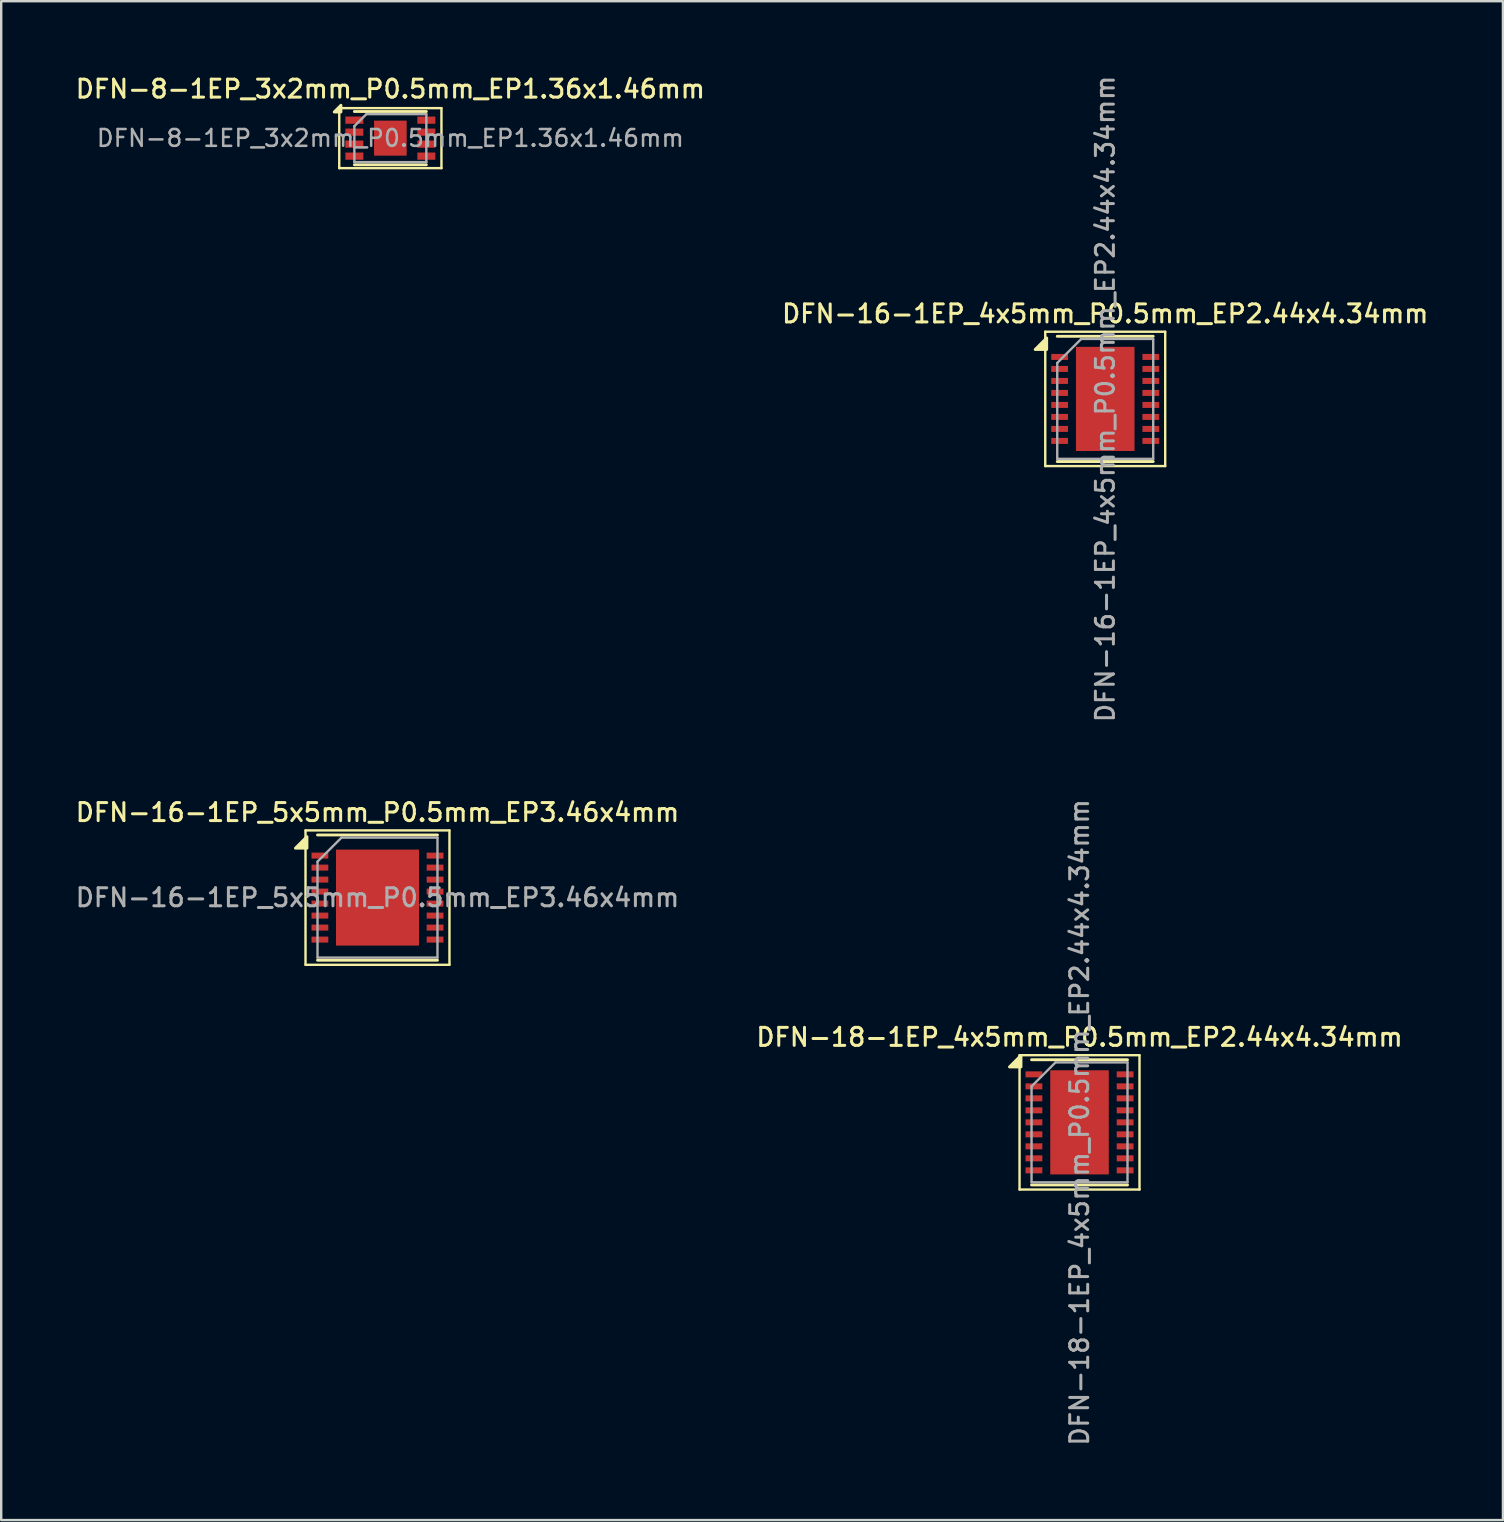
<source format=kicad_pcb>
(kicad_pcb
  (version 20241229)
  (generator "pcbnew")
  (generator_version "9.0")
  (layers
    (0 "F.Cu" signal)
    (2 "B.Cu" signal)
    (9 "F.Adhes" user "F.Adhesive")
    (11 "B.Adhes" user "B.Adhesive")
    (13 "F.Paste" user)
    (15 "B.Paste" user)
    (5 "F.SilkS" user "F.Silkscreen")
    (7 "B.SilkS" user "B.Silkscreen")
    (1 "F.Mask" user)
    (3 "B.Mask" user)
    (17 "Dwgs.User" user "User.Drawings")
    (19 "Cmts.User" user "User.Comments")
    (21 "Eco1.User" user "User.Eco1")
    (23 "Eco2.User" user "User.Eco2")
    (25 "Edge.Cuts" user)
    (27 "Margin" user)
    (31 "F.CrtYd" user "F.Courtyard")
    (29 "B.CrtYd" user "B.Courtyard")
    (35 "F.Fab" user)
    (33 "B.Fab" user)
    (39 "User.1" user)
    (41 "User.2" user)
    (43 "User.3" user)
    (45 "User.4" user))
  (footprint "DFN-16-1EP_4x5mm_P0.5mm_EP2.44x4.34mm"
    (layer "F.Cu")
    (at 43.016 13.577)
    (property "Reference" "DFN-16-1EP_4x5mm_P0.5mm_EP2.44x4.34mm" (at 0 -3.55 0) (layer "F.SilkS") (effects (font (size 0.75 0.75) (thickness 0.125))))
    (attr smd)
    (fp_line (start -2.5 -2.8) (end -2.5 2.8) (stroke (width 0.1) (type solid)) (layer "F.SilkS"))
    (fp_line (start -2.5 -2.8) (end 2.5 -2.8) (stroke (width 0.1) (type solid)) (layer "F.SilkS"))
    (fp_line (start -2.5 2.8) (end 2.5 2.8) (stroke (width 0.1) (type solid)) (layer "F.SilkS"))
    (fp_line (start -2 -2.61) (end 2 -2.61) (stroke (width 0.12) (type solid)) (layer "F.SilkS"))
    (fp_line (start -2 2.61) (end 2 2.61) (stroke (width 0.12) (type solid)) (layer "F.SilkS"))
    (fp_line (start 2.5 -2.8) (end 2.5 2.8) (stroke (width 0.1) (type solid)) (layer "F.SilkS"))
    (fp_poly (pts (xy -2.44 -2.06) (xy -2.92 -2.06) (xy -2.44 -2.54) (xy -2.44 -2.06)) (stroke (width 0.12) (type solid)) (fill yes) (layer "F.SilkS"))
    (fp_line (start -2 -1.5) (end -1 -2.5) (stroke (width 0.1) (type solid)) (layer "F.Fab"))
    (fp_line (start -2 2.5) (end -2 -1.5) (stroke (width 0.1) (type solid)) (layer "F.Fab"))
    (fp_line (start -1 -2.5) (end 2 -2.5) (stroke (width 0.1) (type solid)) (layer "F.Fab"))
    (fp_line (start 2 -2.5) (end 2 2.5) (stroke (width 0.1) (type solid)) (layer "F.Fab"))
    (fp_line (start 2 2.5) (end -2 2.5) (stroke (width 0.1) (type solid)) (layer "F.Fab"))
    (fp_text user "${REFERENCE}" (at 0 0 90) (layer "F.Fab") (effects (font (size 0.75 0.75) (thickness 0.125))))
    (pad "" smd rect (at -0.61 -1.627) (size 1 0.86) (layers "F.Paste"))
    (pad "" smd rect (at -0.61 -0.542) (size 1 0.86) (layers "F.Paste"))
    (pad "" smd rect (at -0.61 0.542) (size 1 0.86) (layers "F.Paste"))
    (pad "" smd rect (at -0.61 1.627) (size 1 0.86) (layers "F.Paste"))
    (pad "" smd rect (at 0.61 -1.627) (size 1 0.86) (layers "F.Paste"))
    (pad "" smd rect (at 0.61 -0.542) (size 1 0.86) (layers "F.Paste"))
    (pad "" smd rect (at 0.61 0.542) (size 1 0.86) (layers "F.Paste"))
    (pad "" smd rect (at 0.61 1.627) (size 1 0.86) (layers "F.Paste"))
    (pad "1" smd rect (at -1.9 -1.75) (size 0.7 0.25) (layers "F.Cu" "F.Mask" "F.Paste"))
    (pad "2" smd rect (at -1.9 -1.25) (size 0.7 0.25) (layers "F.Cu" "F.Mask" "F.Paste"))
    (pad "3" smd rect (at -1.9 -0.75) (size 0.7 0.25) (layers "F.Cu" "F.Mask" "F.Paste"))
    (pad "4" smd rect (at -1.9 -0.25) (size 0.7 0.25) (layers "F.Cu" "F.Mask" "F.Paste"))
    (pad "5" smd rect (at -1.9 0.25) (size 0.7 0.25) (layers "F.Cu" "F.Mask" "F.Paste"))
    (pad "6" smd rect (at -1.9 0.75) (size 0.7 0.25) (layers "F.Cu" "F.Mask" "F.Paste"))
    (pad "7" smd rect (at -1.9 1.25) (size 0.7 0.25) (layers "F.Cu" "F.Mask" "F.Paste"))
    (pad "8" smd rect (at -1.9 1.75) (size 0.7 0.25) (layers "F.Cu" "F.Mask" "F.Paste"))
    (pad "9" smd rect (at 1.9 1.75) (size 0.7 0.25) (layers "F.Cu" "F.Mask" "F.Paste"))
    (pad "10" smd rect (at 1.9 1.25) (size 0.7 0.25) (layers "F.Cu" "F.Mask" "F.Paste"))
    (pad "11" smd rect (at 1.9 0.75) (size 0.7 0.25) (layers "F.Cu" "F.Mask" "F.Paste"))
    (pad "12" smd rect (at 1.9 0.25) (size 0.7 0.25) (layers "F.Cu" "F.Mask" "F.Paste"))
    (pad "13" smd rect (at 1.9 -0.25) (size 0.7 0.25) (layers "F.Cu" "F.Mask" "F.Paste"))
    (pad "14" smd rect (at 1.9 -0.75) (size 0.7 0.25) (layers "F.Cu" "F.Mask" "F.Paste"))
    (pad "15" smd rect (at 1.9 -1.25) (size 0.7 0.25) (layers "F.Cu" "F.Mask" "F.Paste"))
    (pad "16" smd rect (at 1.9 -1.75) (size 0.7 0.25) (layers "F.Cu" "F.Mask" "F.Paste"))
    (pad "17" smd rect (at 0 0) (size 2.44 4.34) (layers "F.Cu" "F.Mask")))
  (footprint "DFN-8-1EP_3x2mm_P0.5mm_EP1.36x1.46mm"
    (layer "F.Cu")
    (at 13.22 2.708)
    (property "Reference" "DFN-8-1EP_3x2mm_P0.5mm_EP1.36x1.46mm" (at 0 -2.05 0) (layer "F.SilkS") (effects (font (size 0.75 0.75) (thickness 0.125))))
    (attr smd)
    (fp_line (start -2.13 -1.25) (end -2.13 1.25) (stroke (width 0.1) (type solid)) (layer "F.SilkS"))
    (fp_line (start -2.13 -1.25) (end 2.13 -1.25) (stroke (width 0.1) (type solid)) (layer "F.SilkS"))
    (fp_line (start -2.13 1.25) (end 2.13 1.25) (stroke (width 0.1) (type solid)) (layer "F.SilkS"))
    (fp_line (start -1.5 -1.11) (end 1.5 -1.11) (stroke (width 0.12) (type solid)) (layer "F.SilkS"))
    (fp_line (start -1.5 1.11) (end 1.5 1.11) (stroke (width 0.12) (type solid)) (layer "F.SilkS"))
    (fp_line (start 2.13 -1.25) (end 2.13 1.25) (stroke (width 0.1) (type solid)) (layer "F.SilkS"))
    (fp_poly (pts (xy -2.06 -1.09) (xy -2.34 -1.09) (xy -2.06 -1.37) (xy -2.06 -1.09)) (stroke (width 0.12) (type solid)) (fill yes) (layer "F.SilkS"))
    (fp_line (start -1.5 -0.5) (end -1 -1) (stroke (width 0.1) (type solid)) (layer "F.Fab"))
    (fp_line (start -1.5 1) (end -1.5 -0.5) (stroke (width 0.1) (type solid)) (layer "F.Fab"))
    (fp_line (start -1 -1) (end 1.5 -1) (stroke (width 0.1) (type solid)) (layer "F.Fab"))
    (fp_line (start 1.5 -1) (end 1.5 1) (stroke (width 0.1) (type solid)) (layer "F.Fab"))
    (fp_line (start 1.5 1) (end -1.5 1) (stroke (width 0.1) (type solid)) (layer "F.Fab"))
    (fp_text user "${REFERENCE}" (at 0 0 0) (layer "F.Fab") (effects (font (size 0.7 0.7) (thickness 0.105))))
    (pad "" smd rect (at -0.325 -0.375) (size 0.5 0.6) (layers "F.Paste"))
    (pad "" smd rect (at -0.325 0.375) (size 0.5 0.6) (layers "F.Paste"))
    (pad "" smd rect (at 0.325 -0.375) (size 0.5 0.6) (layers "F.Paste"))
    (pad "" smd rect (at 0.325 0.375) (size 0.5 0.6) (layers "F.Paste"))
    (pad "1" smd rect (at -1.5 -0.75) (size 0.75 0.3) (layers "F.Cu" "F.Mask" "F.Paste"))
    (pad "2" smd rect (at -1.5 -0.25) (size 0.75 0.3) (layers "F.Cu" "F.Mask" "F.Paste"))
    (pad "3" smd rect (at -1.5 0.25) (size 0.75 0.3) (layers "F.Cu" "F.Mask" "F.Paste"))
    (pad "4" smd rect (at -1.5 0.75) (size 0.75 0.3) (layers "F.Cu" "F.Mask" "F.Paste"))
    (pad "5" smd rect (at 1.5 0.75) (size 0.75 0.3) (layers "F.Cu" "F.Mask" "F.Paste"))
    (pad "6" smd rect (at 1.5 0.25) (size 0.75 0.3) (layers "F.Cu" "F.Mask" "F.Paste"))
    (pad "7" smd rect (at 1.5 -0.25) (size 0.75 0.3) (layers "F.Cu" "F.Mask" "F.Paste"))
    (pad "8" smd rect (at 1.5 -0.75) (size 0.75 0.3) (layers "F.Cu" "F.Mask" "F.Paste"))
    (pad "9" smd rect (at 0 0) (size 1.36 1.46) (layers "F.Cu" "F.Mask")))
  (footprint "DFN-16-1EP_5x5mm_P0.5mm_EP3.46x4mm"
    (layer "F.Cu")
    (at 12.684 34.362)
    (property "Reference" "DFN-16-1EP_5x5mm_P0.5mm_EP3.46x4mm" (at 0 -3.55 0) (layer "F.SilkS") (effects (font (size 0.75 0.75) (thickness 0.125))))
    (attr smd)
    (fp_line (start -3 -2.8) (end -3 2.8) (stroke (width 0.1) (type solid)) (layer "F.SilkS"))
    (fp_line (start -3 -2.8) (end 3 -2.8) (stroke (width 0.1) (type solid)) (layer "F.SilkS"))
    (fp_line (start -3 2.8) (end 3 2.8) (stroke (width 0.1) (type solid)) (layer "F.SilkS"))
    (fp_line (start -2.5 -2.61) (end 2.5 -2.61) (stroke (width 0.12) (type solid)) (layer "F.SilkS"))
    (fp_line (start -2.5 2.61) (end 2.5 2.61) (stroke (width 0.12) (type solid)) (layer "F.SilkS"))
    (fp_line (start 3 -2.8) (end 3 2.8) (stroke (width 0.1) (type solid)) (layer "F.SilkS"))
    (fp_poly (pts (xy -2.94 -2.06) (xy -3.42 -2.06) (xy -2.94 -2.54) (xy -2.94 -2.06)) (stroke (width 0.12) (type solid)) (fill yes) (layer "F.SilkS"))
    (fp_line (start -2.5 -1.5) (end -1.5 -2.5) (stroke (width 0.1) (type solid)) (layer "F.Fab"))
    (fp_line (start -2.5 2.5) (end -2.5 -1.5) (stroke (width 0.1) (type solid)) (layer "F.Fab"))
    (fp_line (start -1.5 -2.5) (end 2.5 -2.5) (stroke (width 0.1) (type solid)) (layer "F.Fab"))
    (fp_line (start 2.5 -2.5) (end 2.5 2.5) (stroke (width 0.1) (type solid)) (layer "F.Fab"))
    (fp_line (start 2.5 2.5) (end -2.5 2.5) (stroke (width 0.1) (type solid)) (layer "F.Fab"))
    (fp_text user "${REFERENCE}" (at 0 0 0) (layer "F.Fab") (effects (font (size 0.75 0.75) (thickness 0.125))))
    (pad "" smd rect (at -1.154 -1.34) (size 0.9 1.1) (layers "F.Paste"))
    (pad "" smd rect (at -1.154 0) (size 0.9 1.1) (layers "F.Paste"))
    (pad "" smd rect (at -1.154 1.34) (size 0.9 1.1) (layers "F.Paste"))
    (pad "" smd rect (at 0 -1.34) (size 0.9 1.1) (layers "F.Paste"))
    (pad "" smd rect (at 0 0) (size 0.9 1.1) (layers "F.Paste"))
    (pad "" smd rect (at 0 1.34) (size 0.9 1.1) (layers "F.Paste"))
    (pad "" smd rect (at 1.154 -1.34) (size 0.9 1.1) (layers "F.Paste"))
    (pad "" smd rect (at 1.154 0) (size 0.9 1.1) (layers "F.Paste"))
    (pad "" smd rect (at 1.154 1.34) (size 0.9 1.1) (layers "F.Paste"))
    (pad "1" smd rect (at -2.4 -1.75) (size 0.7 0.25) (layers "F.Cu" "F.Mask" "F.Paste"))
    (pad "2" smd rect (at -2.4 -1.25) (size 0.7 0.25) (layers "F.Cu" "F.Mask" "F.Paste"))
    (pad "3" smd rect (at -2.4 -0.75) (size 0.7 0.25) (layers "F.Cu" "F.Mask" "F.Paste"))
    (pad "4" smd rect (at -2.4 -0.25) (size 0.7 0.25) (layers "F.Cu" "F.Mask" "F.Paste"))
    (pad "5" smd rect (at -2.4 0.25) (size 0.7 0.25) (layers "F.Cu" "F.Mask" "F.Paste"))
    (pad "6" smd rect (at -2.4 0.75) (size 0.7 0.25) (layers "F.Cu" "F.Mask" "F.Paste"))
    (pad "7" smd rect (at -2.4 1.25) (size 0.7 0.25) (layers "F.Cu" "F.Mask" "F.Paste"))
    (pad "8" smd rect (at -2.4 1.75) (size 0.7 0.25) (layers "F.Cu" "F.Mask" "F.Paste"))
    (pad "9" smd rect (at 2.4 1.75) (size 0.7 0.25) (layers "F.Cu" "F.Mask" "F.Paste"))
    (pad "10" smd rect (at 2.4 1.25) (size 0.7 0.25) (layers "F.Cu" "F.Mask" "F.Paste"))
    (pad "11" smd rect (at 2.4 0.75) (size 0.7 0.25) (layers "F.Cu" "F.Mask" "F.Paste"))
    (pad "12" smd rect (at 2.4 0.25) (size 0.7 0.25) (layers "F.Cu" "F.Mask" "F.Paste"))
    (pad "13" smd rect (at 2.4 -0.25) (size 0.7 0.25) (layers "F.Cu" "F.Mask" "F.Paste"))
    (pad "14" smd rect (at 2.4 -0.75) (size 0.7 0.25) (layers "F.Cu" "F.Mask" "F.Paste"))
    (pad "15" smd rect (at 2.4 -1.25) (size 0.7 0.25) (layers "F.Cu" "F.Mask" "F.Paste"))
    (pad "16" smd rect (at 2.4 -1.75) (size 0.7 0.25) (layers "F.Cu" "F.Mask" "F.Paste"))
    (pad "17" smd rect (at 0 0) (size 3.46 4) (layers "F.Cu" "F.Mask")))
  (footprint "DFN-18-1EP_4x5mm_P0.5mm_EP2.44x4.34mm"
    (layer "F.Cu")
    (at 41.945 43.73)
    (property "Reference" "DFN-18-1EP_4x5mm_P0.5mm_EP2.44x4.34mm" (at 0 -3.55 0) (layer "F.SilkS") (effects (font (size 0.75 0.75) (thickness 0.125))))
    (attr smd)
    (fp_line (start -2.5 -2.8) (end -2.5 2.8) (stroke (width 0.1) (type solid)) (layer "F.SilkS"))
    (fp_line (start -2.5 -2.8) (end 2.5 -2.8) (stroke (width 0.1) (type solid)) (layer "F.SilkS"))
    (fp_line (start -2.5 2.8) (end 2.5 2.8) (stroke (width 0.1) (type solid)) (layer "F.SilkS"))
    (fp_line (start -2 -2.61) (end 2 -2.61) (stroke (width 0.12) (type solid)) (layer "F.SilkS"))
    (fp_line (start -2 2.61) (end 2 2.61) (stroke (width 0.12) (type solid)) (layer "F.SilkS"))
    (fp_line (start 2.5 -2.8) (end 2.5 2.8) (stroke (width 0.1) (type solid)) (layer "F.SilkS"))
    (fp_poly (pts (xy -2.44 -2.31) (xy -2.92 -2.31) (xy -2.44 -2.79) (xy -2.44 -2.31)) (stroke (width 0.12) (type solid)) (fill yes) (layer "F.SilkS"))
    (fp_line (start -2 -1.5) (end -1 -2.5) (stroke (width 0.1) (type solid)) (layer "F.Fab"))
    (fp_line (start -2 2.5) (end -2 -1.5) (stroke (width 0.1) (type solid)) (layer "F.Fab"))
    (fp_line (start -1 -2.5) (end 2 -2.5) (stroke (width 0.1) (type solid)) (layer "F.Fab"))
    (fp_line (start 2 -2.5) (end 2 2.5) (stroke (width 0.1) (type solid)) (layer "F.Fab"))
    (fp_line (start 2 2.5) (end -2 2.5) (stroke (width 0.1) (type solid)) (layer "F.Fab"))
    (fp_text user "${REFERENCE}" (at 0 0 90) (layer "F.Fab") (effects (font (size 0.75 0.75) (thickness 0.125))))
    (pad "" smd rect (at -0.61 -1.627) (size 1 0.86) (layers "F.Paste"))
    (pad "" smd rect (at -0.61 -0.542) (size 1 0.86) (layers "F.Paste"))
    (pad "" smd rect (at -0.61 0.542) (size 1 0.86) (layers "F.Paste"))
    (pad "" smd rect (at -0.61 1.627) (size 1 0.86) (layers "F.Paste"))
    (pad "" smd rect (at 0.61 -1.627) (size 1 0.86) (layers "F.Paste"))
    (pad "" smd rect (at 0.61 -0.542) (size 1 0.86) (layers "F.Paste"))
    (pad "" smd rect (at 0.61 0.542) (size 1 0.86) (layers "F.Paste"))
    (pad "" smd rect (at 0.61 1.627) (size 1 0.86) (layers "F.Paste"))
    (pad "1" smd rect (at -1.9 -2) (size 0.7 0.25) (layers "F.Cu" "F.Mask" "F.Paste"))
    (pad "2" smd rect (at -1.9 -1.5) (size 0.7 0.25) (layers "F.Cu" "F.Mask" "F.Paste"))
    (pad "3" smd rect (at -1.9 -1) (size 0.7 0.25) (layers "F.Cu" "F.Mask" "F.Paste"))
    (pad "4" smd rect (at -1.9 -0.5) (size 0.7 0.25) (layers "F.Cu" "F.Mask" "F.Paste"))
    (pad "5" smd rect (at -1.9 0) (size 0.7 0.25) (layers "F.Cu" "F.Mask" "F.Paste"))
    (pad "6" smd rect (at -1.9 0.5) (size 0.7 0.25) (layers "F.Cu" "F.Mask" "F.Paste"))
    (pad "7" smd rect (at -1.9 1) (size 0.7 0.25) (layers "F.Cu" "F.Mask" "F.Paste"))
    (pad "8" smd rect (at -1.9 1.5) (size 0.7 0.25) (layers "F.Cu" "F.Mask" "F.Paste"))
    (pad "9" smd rect (at -1.9 2) (size 0.7 0.25) (layers "F.Cu" "F.Mask" "F.Paste"))
    (pad "10" smd rect (at 1.9 2) (size 0.7 0.25) (layers "F.Cu" "F.Mask" "F.Paste"))
    (pad "11" smd rect (at 1.9 1.5) (size 0.7 0.25) (layers "F.Cu" "F.Mask" "F.Paste"))
    (pad "12" smd rect (at 1.9 1) (size 0.7 0.25) (layers "F.Cu" "F.Mask" "F.Paste"))
    (pad "13" smd rect (at 1.9 0.5) (size 0.7 0.25) (layers "F.Cu" "F.Mask" "F.Paste"))
    (pad "14" smd rect (at 1.9 0) (size 0.7 0.25) (layers "F.Cu" "F.Mask" "F.Paste"))
    (pad "15" smd rect (at 1.9 -0.5) (size 0.7 0.25) (layers "F.Cu" "F.Mask" "F.Paste"))
    (pad "16" smd rect (at 1.9 -1) (size 0.7 0.25) (layers "F.Cu" "F.Mask" "F.Paste"))
    (pad "17" smd rect (at 1.9 -1.5) (size 0.7 0.25) (layers "F.Cu" "F.Mask" "F.Paste"))
    (pad "18" smd rect (at 1.9 -2) (size 0.7 0.25) (layers "F.Cu" "F.Mask" "F.Paste"))
    (pad "19" smd rect (at 0 0) (size 2.44 4.34) (layers "F.Cu" "F.Mask")))
  (gr_rect
    (start -3 -3)
    (end 59.593 60.307)
    (stroke (width 0.1) (type default))
    (fill no)
    (layer "Edge.Cuts")))
</source>
